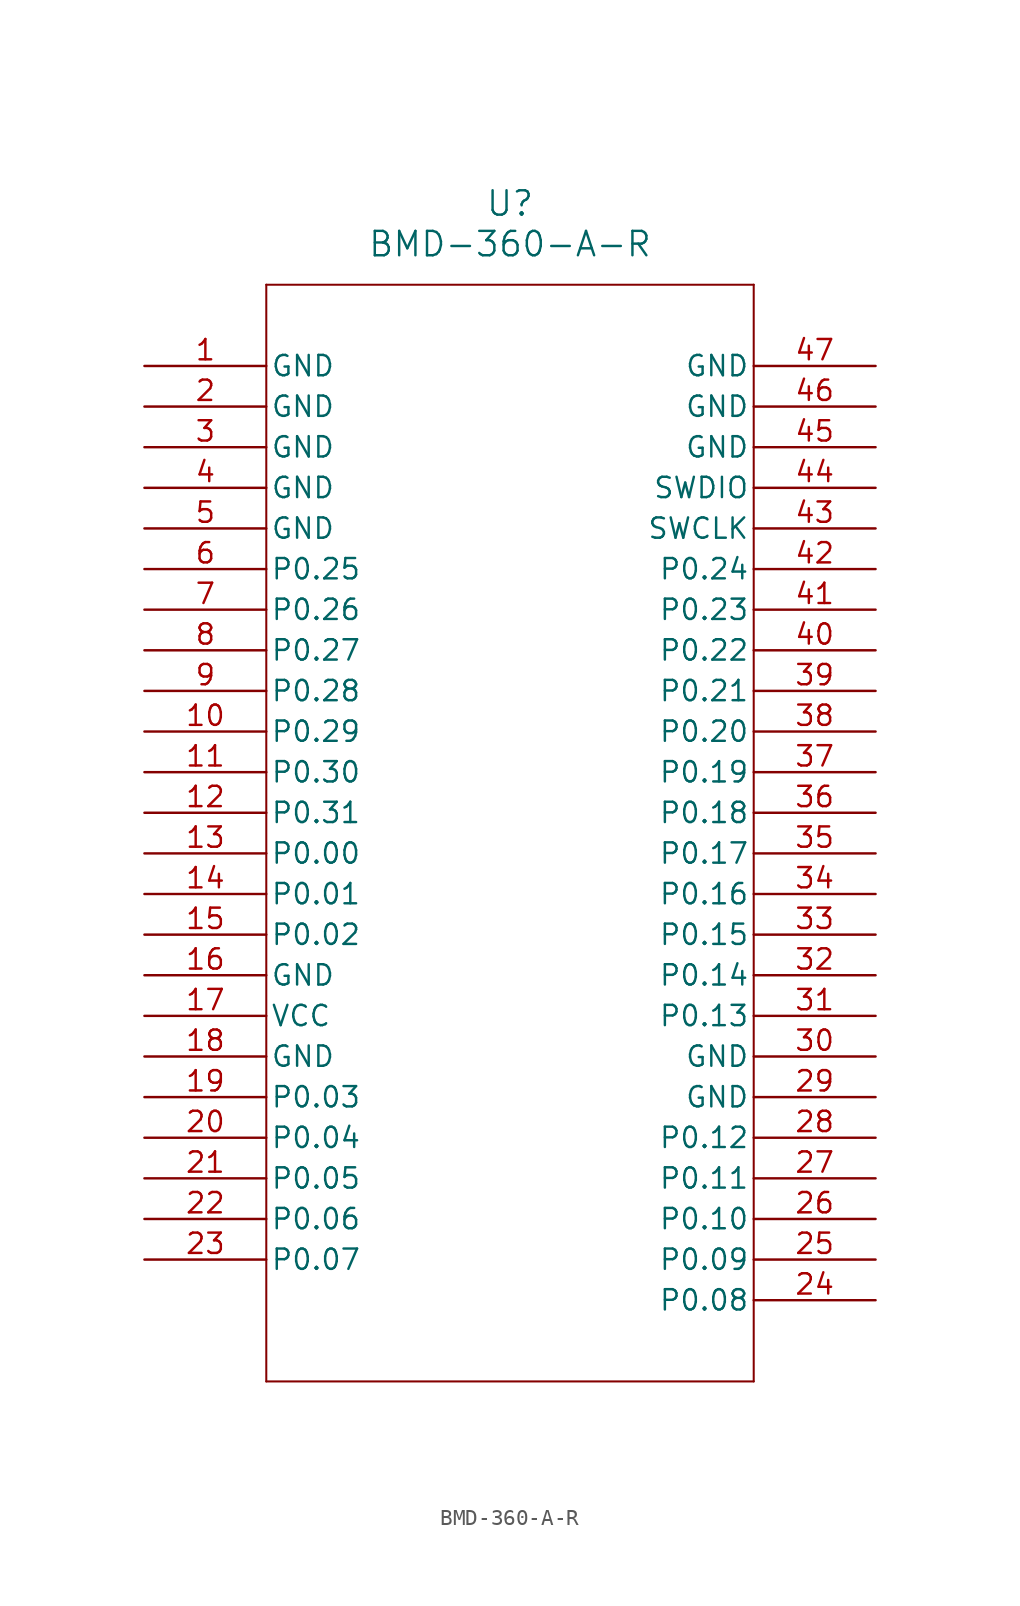
<source format=kicad_sym>
(kicad_symbol_lib
  (version 20211014)
  (generator kicad_symbol_editor)
  (symbol "BMD-360-A-R"
    (pin_names
      (offset 0.254))
    (property "Reference" "U"
      (at 22.86 10.16 0)
      (effects (font (size 1.524 1.524))))
    (property "Value" "BMD-360-A-R"
      (at 22.86 7.62 0)
      (effects (font (size 1.524 1.524))))
    (symbol "BMD-360-A-R_0_1"
      (polyline (pts (xy 7.62 5.08) (xy 7.62 -63.5)) (stroke (width 0.127) (type default) (color 0 0 0 0)) (fill (type none)))
      (polyline (pts (xy 7.62 -63.5) (xy 38.1 -63.5)) (stroke (width 0.127) (type default) (color 0 0 0 0)) (fill (type none)))
      (polyline (pts (xy 38.1 -63.5) (xy 38.1 5.08)) (stroke (width 0.127) (type default) (color 0 0 0 0)) (fill (type none)))
      (polyline (pts (xy 38.1 5.08) (xy 7.62 5.08)) (stroke (width 0.127) (type default) (color 0 0 0 0)) (fill (type none)))
      (pin power_out line (at 0 0 0) (length 7.62) (name "GND" (effects (font (size 1.27 1.27)))) (number "1" (effects (font (size 1.27 1.27)))))
      (pin power_out line (at 0 -2.54 0) (length 7.62) (name "GND" (effects (font (size 1.27 1.27)))) (number "2" (effects (font (size 1.27 1.27)))))
      (pin power_out line (at 0 -5.08 0) (length 7.62) (name "GND" (effects (font (size 1.27 1.27)))) (number "3" (effects (font (size 1.27 1.27)))))
      (pin power_out line (at 0 -7.62 0) (length 7.62) (name "GND" (effects (font (size 1.27 1.27)))) (number "4" (effects (font (size 1.27 1.27)))))
      (pin power_out line (at 0 -10.16 0) (length 7.62) (name "GND" (effects (font (size 1.27 1.27)))) (number "5" (effects (font (size 1.27 1.27)))))
      (pin bidirectional line (at 0 -12.7 0) (length 7.62) (name "P0.25" (effects (font (size 1.27 1.27)))) (number "6" (effects (font (size 1.27 1.27)))))
      (pin bidirectional line (at 0 -15.24 0) (length 7.62) (name "P0.26" (effects (font (size 1.27 1.27)))) (number "7" (effects (font (size 1.27 1.27)))))
      (pin bidirectional line (at 0 -17.78 0) (length 7.62) (name "P0.27" (effects (font (size 1.27 1.27)))) (number "8" (effects (font (size 1.27 1.27)))))
      (pin bidirectional line (at 0 -20.32 0) (length 7.62) (name "P0.28" (effects (font (size 1.27 1.27)))) (number "9" (effects (font (size 1.27 1.27)))))
      (pin bidirectional line (at 0 -22.86 0) (length 7.62) (name "P0.29" (effects (font (size 1.27 1.27)))) (number "10" (effects (font (size 1.27 1.27)))))
      (pin bidirectional line (at 0 -25.4 0) (length 7.62) (name "P0.30" (effects (font (size 1.27 1.27)))) (number "11" (effects (font (size 1.27 1.27)))))
      (pin bidirectional line (at 0 -27.94 0) (length 7.62) (name "P0.31" (effects (font (size 1.27 1.27)))) (number "12" (effects (font (size 1.27 1.27)))))
      (pin bidirectional line (at 0 -30.48 0) (length 7.62) (name "P0.00" (effects (font (size 1.27 1.27)))) (number "13" (effects (font (size 1.27 1.27)))))
      (pin bidirectional line (at 0 -33.02 0) (length 7.62) (name "P0.01" (effects (font (size 1.27 1.27)))) (number "14" (effects (font (size 1.27 1.27)))))
      (pin bidirectional line (at 0 -35.56 0) (length 7.62) (name "P0.02" (effects (font (size 1.27 1.27)))) (number "15" (effects (font (size 1.27 1.27)))))
      (pin power_out line (at 0 -38.1 0) (length 7.62) (name "GND" (effects (font (size 1.27 1.27)))) (number "16" (effects (font (size 1.27 1.27)))))
      (pin power_in line (at 0 -40.64 0) (length 7.62) (name "VCC" (effects (font (size 1.27 1.27)))) (number "17" (effects (font (size 1.27 1.27)))))
      (pin power_out line (at 0 -43.18 0) (length 7.62) (name "GND" (effects (font (size 1.27 1.27)))) (number "18" (effects (font (size 1.27 1.27)))))
      (pin bidirectional line (at 0 -45.72 0) (length 7.62) (name "P0.03" (effects (font (size 1.27 1.27)))) (number "19" (effects (font (size 1.27 1.27)))))
      (pin bidirectional line (at 0 -48.26 0) (length 7.62) (name "P0.04" (effects (font (size 1.27 1.27)))) (number "20" (effects (font (size 1.27 1.27)))))
      (pin bidirectional line (at 0 -50.8 0) (length 7.62) (name "P0.05" (effects (font (size 1.27 1.27)))) (number "21" (effects (font (size 1.27 1.27)))))
      (pin bidirectional line (at 0 -53.34 0) (length 7.62) (name "P0.06" (effects (font (size 1.27 1.27)))) (number "22" (effects (font (size 1.27 1.27)))))
      (pin bidirectional line (at 0 -55.88 0) (length 7.62) (name "P0.07" (effects (font (size 1.27 1.27)))) (number "23" (effects (font (size 1.27 1.27)))))
      (pin bidirectional line (at 45.72 -58.42 180) (length 7.62) (name "P0.08" (effects (font (size 1.27 1.27)))) (number "24" (effects (font (size 1.27 1.27)))))
      (pin bidirectional line (at 45.72 -55.88 180) (length 7.62) (name "P0.09" (effects (font (size 1.27 1.27)))) (number "25" (effects (font (size 1.27 1.27)))))
      (pin bidirectional line (at 45.72 -53.34 180) (length 7.62) (name "P0.10" (effects (font (size 1.27 1.27)))) (number "26" (effects (font (size 1.27 1.27)))))
      (pin bidirectional line (at 45.72 -50.8 180) (length 7.62) (name "P0.11" (effects (font (size 1.27 1.27)))) (number "27" (effects (font (size 1.27 1.27)))))
      (pin bidirectional line (at 45.72 -48.26 180) (length 7.62) (name "P0.12" (effects (font (size 1.27 1.27)))) (number "28" (effects (font (size 1.27 1.27)))))
      (pin power_out line (at 45.72 -45.72 180) (length 7.62) (name "GND" (effects (font (size 1.27 1.27)))) (number "29" (effects (font (size 1.27 1.27)))))
      (pin power_out line (at 45.72 -43.18 180) (length 7.62) (name "GND" (effects (font (size 1.27 1.27)))) (number "30" (effects (font (size 1.27 1.27)))))
      (pin bidirectional line (at 45.72 -40.64 180) (length 7.62) (name "P0.13" (effects (font (size 1.27 1.27)))) (number "31" (effects (font (size 1.27 1.27)))))
      (pin bidirectional line (at 45.72 -38.1 180) (length 7.62) (name "P0.14" (effects (font (size 1.27 1.27)))) (number "32" (effects (font (size 1.27 1.27)))))
      (pin bidirectional line (at 45.72 -35.56 180) (length 7.62) (name "P0.15" (effects (font (size 1.27 1.27)))) (number "33" (effects (font (size 1.27 1.27)))))
      (pin bidirectional line (at 45.72 -33.02 180) (length 7.62) (name "P0.16" (effects (font (size 1.27 1.27)))) (number "34" (effects (font (size 1.27 1.27)))))
      (pin bidirectional line (at 45.72 -30.48 180) (length 7.62) (name "P0.17" (effects (font (size 1.27 1.27)))) (number "35" (effects (font (size 1.27 1.27)))))
      (pin bidirectional line (at 45.72 -27.94 180) (length 7.62) (name "P0.18" (effects (font (size 1.27 1.27)))) (number "36" (effects (font (size 1.27 1.27)))))
      (pin bidirectional line (at 45.72 -25.4 180) (length 7.62) (name "P0.19" (effects (font (size 1.27 1.27)))) (number "37" (effects (font (size 1.27 1.27)))))
      (pin bidirectional line (at 45.72 -22.86 180) (length 7.62) (name "P0.20" (effects (font (size 1.27 1.27)))) (number "38" (effects (font (size 1.27 1.27)))))
      (pin bidirectional line (at 45.72 -20.32 180) (length 7.62) (name "P0.21" (effects (font (size 1.27 1.27)))) (number "39" (effects (font (size 1.27 1.27)))))
      (pin bidirectional line (at 45.72 -17.78 180) (length 7.62) (name "P0.22" (effects (font (size 1.27 1.27)))) (number "40" (effects (font (size 1.27 1.27)))))
      (pin bidirectional line (at 45.72 -15.24 180) (length 7.62) (name "P0.23" (effects (font (size 1.27 1.27)))) (number "41" (effects (font (size 1.27 1.27)))))
      (pin bidirectional line (at 45.72 -12.7 180) (length 7.62) (name "P0.24" (effects (font (size 1.27 1.27)))) (number "42" (effects (font (size 1.27 1.27)))))
      (pin input line (at 45.72 -10.16 180) (length 7.62) (name "SWCLK" (effects (font (size 1.27 1.27)))) (number "43" (effects (font (size 1.27 1.27)))))
      (pin bidirectional line (at 45.72 -7.62 180) (length 7.62) (name "SWDIO" (effects (font (size 1.27 1.27)))) (number "44" (effects (font (size 1.27 1.27)))))
      (pin power_out line (at 45.72 -5.08 180) (length 7.62) (name "GND" (effects (font (size 1.27 1.27)))) (number "45" (effects (font (size 1.27 1.27)))))
      (pin power_out line (at 45.72 -2.54 180) (length 7.62) (name "GND" (effects (font (size 1.27 1.27)))) (number "46" (effects (font (size 1.27 1.27)))))
      (pin power_out line (at 45.72 0 180) (length 7.62) (name "GND" (effects (font (size 1.27 1.27)))) (number "47" (effects (font (size 1.27 1.27))))))))
</source>
